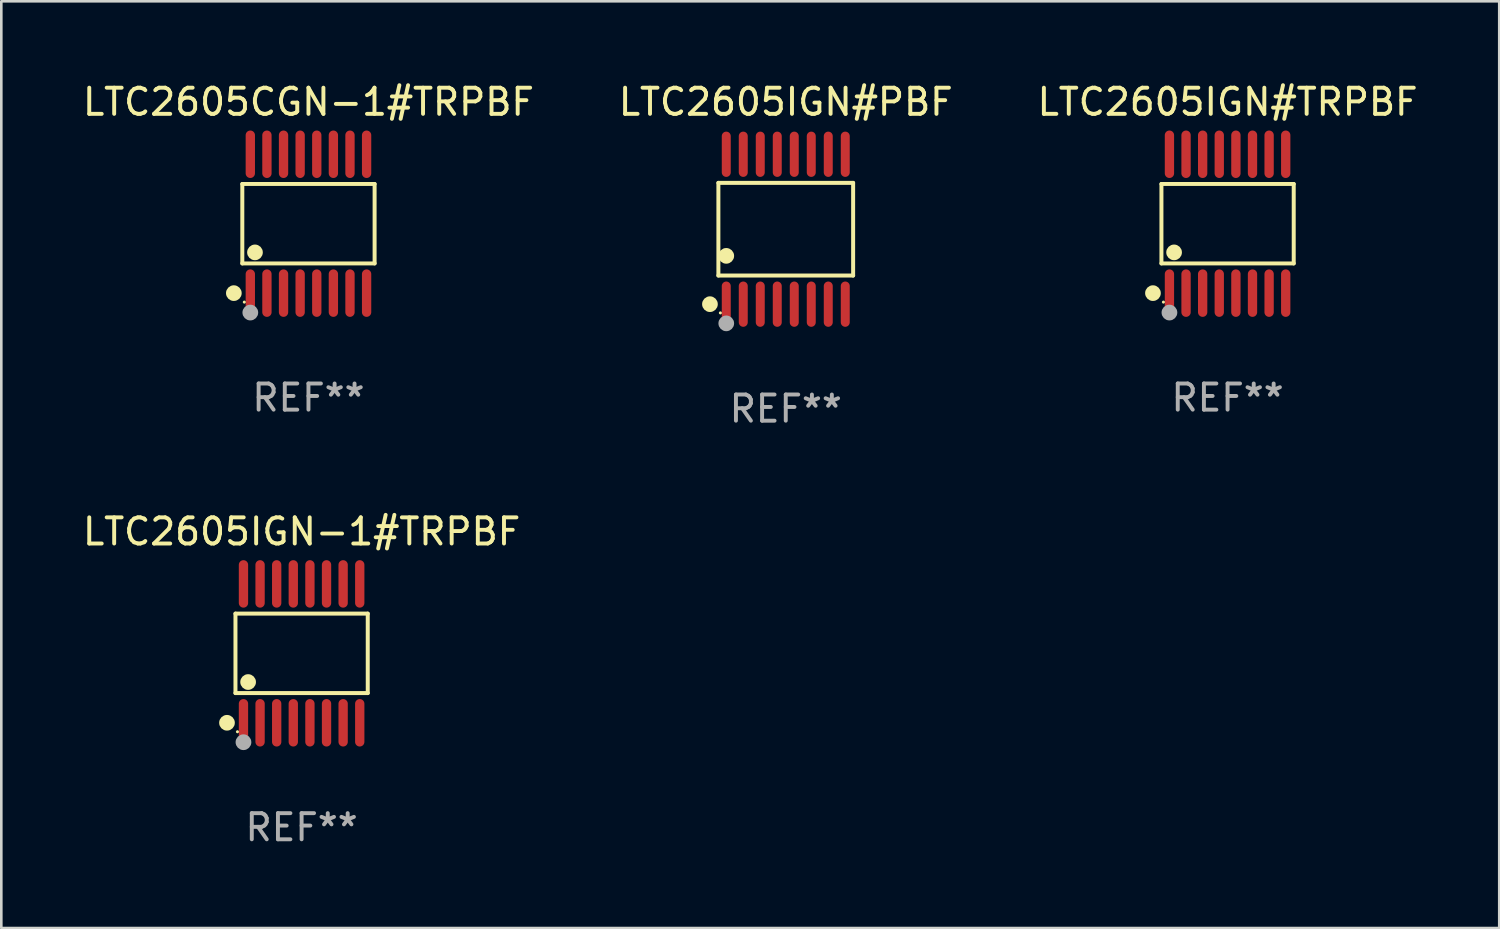
<source format=kicad_pcb>
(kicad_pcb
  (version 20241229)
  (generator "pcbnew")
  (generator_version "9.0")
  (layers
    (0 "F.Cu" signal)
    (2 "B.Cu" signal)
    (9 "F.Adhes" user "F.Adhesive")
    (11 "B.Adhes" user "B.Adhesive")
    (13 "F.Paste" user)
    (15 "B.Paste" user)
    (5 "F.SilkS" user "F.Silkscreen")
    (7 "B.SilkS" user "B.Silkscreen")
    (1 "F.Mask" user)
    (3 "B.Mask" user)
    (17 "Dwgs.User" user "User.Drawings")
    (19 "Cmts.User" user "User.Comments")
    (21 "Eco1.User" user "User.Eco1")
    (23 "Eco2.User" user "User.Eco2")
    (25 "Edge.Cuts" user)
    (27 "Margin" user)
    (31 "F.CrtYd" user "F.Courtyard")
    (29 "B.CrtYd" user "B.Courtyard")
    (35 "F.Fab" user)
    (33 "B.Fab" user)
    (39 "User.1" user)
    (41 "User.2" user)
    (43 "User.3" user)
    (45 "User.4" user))
  (footprint "LTC2605IGN-1#TRPBF"
    (layer "F.Cu")
    (at 8.482 21.931)
    (property "Reference" "LTC2605IGN-1#TRPBF" (at 0 -4.655 0) (layer "F.SilkS") (effects (font (size 1 1) (thickness 0.15))))
    (attr through_hole)
    (fp_line (start -2.529 -1.519) (end 2.529 -1.519) (stroke (width 0.152) (type solid)) (layer "F.SilkS"))
    (fp_line (start -2.529 1.519) (end -2.529 -1.519) (stroke (width 0.152) (type solid)) (layer "F.SilkS"))
    (fp_line (start 2.529 -1.519) (end 2.529 1.519) (stroke (width 0.152) (type solid)) (layer "F.SilkS"))
    (fp_line (start 2.529 1.519) (end -2.529 1.519) (stroke (width 0.152) (type solid)) (layer "F.SilkS"))
    (fp_circle (center -2.853 2.655) (end -2.703 2.655) (stroke (width 0.3) (type solid)) (fill no) (layer "F.SilkS"))
    (fp_circle (center -2.453 2.998) (end -2.423 2.998) (stroke (width 0.06) (type solid)) (fill no) (layer "F.SilkS"))
    (fp_circle (center -2.045 1.097) (end -1.895 1.097) (stroke (width 0.3) (type solid)) (fill no) (layer "F.SilkS"))
    (fp_circle (center -2.223 3.398) (end -2.072 3.398) (stroke (width 0.3) (type solid)) (fill no) (layer "F.Fab"))
    (fp_text user "REF**" (at 0 6.655 0) (layer "F.Fab") (effects (font (size 1 1) (thickness 0.15))))
    (pad "1" smd oval (at -2.223 2.655) (size 0.356 1.815) (layers "F.Cu" "F.Mask" "F.Paste"))
    (pad "2" smd oval (at -1.588 2.655) (size 0.356 1.815) (layers "F.Cu" "F.Mask" "F.Paste"))
    (pad "3" smd oval (at -0.953 2.655) (size 0.356 1.815) (layers "F.Cu" "F.Mask" "F.Paste"))
    (pad "4" smd oval (at -0.318 2.655) (size 0.356 1.815) (layers "F.Cu" "F.Mask" "F.Paste"))
    (pad "5" smd oval (at 0.318 2.655) (size 0.356 1.815) (layers "F.Cu" "F.Mask" "F.Paste"))
    (pad "6" smd oval (at 0.953 2.655) (size 0.356 1.815) (layers "F.Cu" "F.Mask" "F.Paste"))
    (pad "7" smd oval (at 1.588 2.655) (size 0.356 1.815) (layers "F.Cu" "F.Mask" "F.Paste"))
    (pad "8" smd oval (at 2.223 2.655) (size 0.356 1.815) (layers "F.Cu" "F.Mask" "F.Paste"))
    (pad "9" smd oval (at 2.223 -2.655) (size 0.356 1.815) (layers "F.Cu" "F.Mask" "F.Paste"))
    (pad "10" smd oval (at 1.588 -2.655) (size 0.356 1.815) (layers "F.Cu" "F.Mask" "F.Paste"))
    (pad "11" smd oval (at 0.953 -2.655) (size 0.356 1.815) (layers "F.Cu" "F.Mask" "F.Paste"))
    (pad "12" smd oval (at 0.318 -2.655) (size 0.356 1.815) (layers "F.Cu" "F.Mask" "F.Paste"))
    (pad "13" smd oval (at -0.318 -2.655) (size 0.356 1.815) (layers "F.Cu" "F.Mask" "F.Paste"))
    (pad "14" smd oval (at -0.953 -2.655) (size 0.356 1.815) (layers "F.Cu" "F.Mask" "F.Paste"))
    (pad "15" smd oval (at -1.588 -2.655) (size 0.356 1.815) (layers "F.Cu" "F.Mask" "F.Paste"))
    (pad "16" smd oval (at -2.223 -2.655) (size 0.356 1.815) (layers "F.Cu" "F.Mask" "F.Paste")))
  (footprint "LTC2605IGN#TRPBF"
    (layer "F.Cu")
    (at 43.887 5.503)
    (property "Reference" "LTC2605IGN#TRPBF" (at 0 -4.655 0) (layer "F.SilkS") (effects (font (size 1 1) (thickness 0.15))))
    (attr through_hole)
    (fp_line (start -2.529 -1.519) (end 2.529 -1.519) (stroke (width 0.152) (type solid)) (layer "F.SilkS"))
    (fp_line (start -2.529 1.519) (end -2.529 -1.519) (stroke (width 0.152) (type solid)) (layer "F.SilkS"))
    (fp_line (start 2.529 -1.519) (end 2.529 1.519) (stroke (width 0.152) (type solid)) (layer "F.SilkS"))
    (fp_line (start 2.529 1.519) (end -2.529 1.519) (stroke (width 0.152) (type solid)) (layer "F.SilkS"))
    (fp_circle (center -2.853 2.655) (end -2.703 2.655) (stroke (width 0.3) (type solid)) (fill no) (layer "F.SilkS"))
    (fp_circle (center -2.453 2.998) (end -2.423 2.998) (stroke (width 0.06) (type solid)) (fill no) (layer "F.SilkS"))
    (fp_circle (center -2.045 1.097) (end -1.895 1.097) (stroke (width 0.3) (type solid)) (fill no) (layer "F.SilkS"))
    (fp_circle (center -2.223 3.398) (end -2.072 3.398) (stroke (width 0.3) (type solid)) (fill no) (layer "F.Fab"))
    (fp_text user "REF**" (at 0 6.655 0) (layer "F.Fab") (effects (font (size 1 1) (thickness 0.15))))
    (pad "1" smd oval (at -2.223 2.655) (size 0.356 1.815) (layers "F.Cu" "F.Mask" "F.Paste"))
    (pad "2" smd oval (at -1.588 2.655) (size 0.356 1.815) (layers "F.Cu" "F.Mask" "F.Paste"))
    (pad "3" smd oval (at -0.953 2.655) (size 0.356 1.815) (layers "F.Cu" "F.Mask" "F.Paste"))
    (pad "4" smd oval (at -0.318 2.655) (size 0.356 1.815) (layers "F.Cu" "F.Mask" "F.Paste"))
    (pad "5" smd oval (at 0.318 2.655) (size 0.356 1.815) (layers "F.Cu" "F.Mask" "F.Paste"))
    (pad "6" smd oval (at 0.953 2.655) (size 0.356 1.815) (layers "F.Cu" "F.Mask" "F.Paste"))
    (pad "7" smd oval (at 1.588 2.655) (size 0.356 1.815) (layers "F.Cu" "F.Mask" "F.Paste"))
    (pad "8" smd oval (at 2.223 2.655) (size 0.356 1.815) (layers "F.Cu" "F.Mask" "F.Paste"))
    (pad "9" smd oval (at 2.223 -2.655) (size 0.356 1.815) (layers "F.Cu" "F.Mask" "F.Paste"))
    (pad "10" smd oval (at 1.588 -2.655) (size 0.356 1.815) (layers "F.Cu" "F.Mask" "F.Paste"))
    (pad "11" smd oval (at 0.953 -2.655) (size 0.356 1.815) (layers "F.Cu" "F.Mask" "F.Paste"))
    (pad "12" smd oval (at 0.318 -2.655) (size 0.356 1.815) (layers "F.Cu" "F.Mask" "F.Paste"))
    (pad "13" smd oval (at -0.318 -2.655) (size 0.356 1.815) (layers "F.Cu" "F.Mask" "F.Paste"))
    (pad "14" smd oval (at -0.953 -2.655) (size 0.356 1.815) (layers "F.Cu" "F.Mask" "F.Paste"))
    (pad "15" smd oval (at -1.588 -2.655) (size 0.356 1.815) (layers "F.Cu" "F.Mask" "F.Paste"))
    (pad "16" smd oval (at -2.223 -2.655) (size 0.356 1.815) (layers "F.Cu" "F.Mask" "F.Paste")))
  (footprint "LTC2605IGN#PBF"
    (layer "F.Cu")
    (at 26.994 5.714)
    (property "Reference" "LTC2605IGN#PBF" (at 0 -4.866 0) (layer "F.SilkS") (effects (font (size 1 1) (thickness 0.15))))
    (attr through_hole)
    (fp_line (start -2.576 -1.772) (end 2.576 -1.772) (stroke (width 0.152) (type solid)) (layer "F.SilkS"))
    (fp_line (start -2.576 1.771) (end -2.576 -1.772) (stroke (width 0.152) (type solid)) (layer "F.SilkS"))
    (fp_line (start 2.576 -1.772) (end 2.576 1.771) (stroke (width 0.152) (type solid)) (layer "F.SilkS"))
    (fp_line (start 2.576 1.771) (end -2.576 1.771) (stroke (width 0.152) (type solid)) (layer "F.SilkS"))
    (fp_circle (center -2.899 2.866) (end -2.749 2.866) (stroke (width 0.3) (type solid)) (fill no) (layer "F.SilkS"))
    (fp_circle (center -2.5 3.2) (end -2.47 3.2) (stroke (width 0.06) (type solid)) (fill no) (layer "F.SilkS"))
    (fp_circle (center -2.275 1.019) (end -2.125 1.019) (stroke (width 0.3) (type solid)) (fill no) (layer "F.SilkS"))
    (fp_circle (center -2.275 3.6) (end -2.125 3.6) (stroke (width 0.3) (type solid)) (fill no) (layer "F.Fab"))
    (fp_text user "REF**" (at 0 6.866 0) (layer "F.Fab") (effects (font (size 1 1) (thickness 0.15))))
    (pad "1" smd oval (at -2.275 2.866) (size 0.343 1.731) (layers "F.Cu" "F.Mask" "F.Paste"))
    (pad "2" smd oval (at -1.625 2.866) (size 0.343 1.731) (layers "F.Cu" "F.Mask" "F.Paste"))
    (pad "3" smd oval (at -0.975 2.866) (size 0.343 1.731) (layers "F.Cu" "F.Mask" "F.Paste"))
    (pad "4" smd oval (at -0.325 2.866) (size 0.343 1.731) (layers "F.Cu" "F.Mask" "F.Paste"))
    (pad "5" smd oval (at 0.325 2.866) (size 0.343 1.731) (layers "F.Cu" "F.Mask" "F.Paste"))
    (pad "6" smd oval (at 0.975 2.866) (size 0.343 1.731) (layers "F.Cu" "F.Mask" "F.Paste"))
    (pad "7" smd oval (at 1.625 2.866) (size 0.343 1.731) (layers "F.Cu" "F.Mask" "F.Paste"))
    (pad "8" smd oval (at 2.275 2.866) (size 0.343 1.731) (layers "F.Cu" "F.Mask" "F.Paste"))
    (pad "9" smd oval (at 2.275 -2.866) (size 0.343 1.731) (layers "F.Cu" "F.Mask" "F.Paste"))
    (pad "10" smd oval (at 1.625 -2.866) (size 0.343 1.731) (layers "F.Cu" "F.Mask" "F.Paste"))
    (pad "11" smd oval (at 0.975 -2.866) (size 0.343 1.731) (layers "F.Cu" "F.Mask" "F.Paste"))
    (pad "12" smd oval (at 0.325 -2.866) (size 0.343 1.731) (layers "F.Cu" "F.Mask" "F.Paste"))
    (pad "13" smd oval (at -0.325 -2.866) (size 0.343 1.731) (layers "F.Cu" "F.Mask" "F.Paste"))
    (pad "14" smd oval (at -0.975 -2.866) (size 0.343 1.731) (layers "F.Cu" "F.Mask" "F.Paste"))
    (pad "15" smd oval (at -1.625 -2.866) (size 0.343 1.731) (layers "F.Cu" "F.Mask" "F.Paste"))
    (pad "16" smd oval (at -2.275 -2.866) (size 0.343 1.731) (layers "F.Cu" "F.Mask" "F.Paste")))
  (footprint "LTC2605CGN-1#TRPBF"
    (layer "F.Cu")
    (at 8.744 5.503)
    (property "Reference" "LTC2605CGN-1#TRPBF" (at 0 -4.655 0) (layer "F.SilkS") (effects (font (size 1 1) (thickness 0.15))))
    (attr through_hole)
    (fp_line (start -2.529 -1.519) (end 2.529 -1.519) (stroke (width 0.152) (type solid)) (layer "F.SilkS"))
    (fp_line (start -2.529 1.519) (end -2.529 -1.519) (stroke (width 0.152) (type solid)) (layer "F.SilkS"))
    (fp_line (start 2.529 -1.519) (end 2.529 1.519) (stroke (width 0.152) (type solid)) (layer "F.SilkS"))
    (fp_line (start 2.529 1.519) (end -2.529 1.519) (stroke (width 0.152) (type solid)) (layer "F.SilkS"))
    (fp_circle (center -2.853 2.655) (end -2.703 2.655) (stroke (width 0.3) (type solid)) (fill no) (layer "F.SilkS"))
    (fp_circle (center -2.453 2.998) (end -2.423 2.998) (stroke (width 0.06) (type solid)) (fill no) (layer "F.SilkS"))
    (fp_circle (center -2.045 1.097) (end -1.895 1.097) (stroke (width 0.3) (type solid)) (fill no) (layer "F.SilkS"))
    (fp_circle (center -2.223 3.398) (end -2.072 3.398) (stroke (width 0.3) (type solid)) (fill no) (layer "F.Fab"))
    (fp_text user "REF**" (at 0 6.655 0) (layer "F.Fab") (effects (font (size 1 1) (thickness 0.15))))
    (pad "1" smd oval (at -2.223 2.655) (size 0.356 1.815) (layers "F.Cu" "F.Mask" "F.Paste"))
    (pad "2" smd oval (at -1.588 2.655) (size 0.356 1.815) (layers "F.Cu" "F.Mask" "F.Paste"))
    (pad "3" smd oval (at -0.953 2.655) (size 0.356 1.815) (layers "F.Cu" "F.Mask" "F.Paste"))
    (pad "4" smd oval (at -0.318 2.655) (size 0.356 1.815) (layers "F.Cu" "F.Mask" "F.Paste"))
    (pad "5" smd oval (at 0.318 2.655) (size 0.356 1.815) (layers "F.Cu" "F.Mask" "F.Paste"))
    (pad "6" smd oval (at 0.953 2.655) (size 0.356 1.815) (layers "F.Cu" "F.Mask" "F.Paste"))
    (pad "7" smd oval (at 1.588 2.655) (size 0.356 1.815) (layers "F.Cu" "F.Mask" "F.Paste"))
    (pad "8" smd oval (at 2.223 2.655) (size 0.356 1.815) (layers "F.Cu" "F.Mask" "F.Paste"))
    (pad "9" smd oval (at 2.223 -2.655) (size 0.356 1.815) (layers "F.Cu" "F.Mask" "F.Paste"))
    (pad "10" smd oval (at 1.588 -2.655) (size 0.356 1.815) (layers "F.Cu" "F.Mask" "F.Paste"))
    (pad "11" smd oval (at 0.953 -2.655) (size 0.356 1.815) (layers "F.Cu" "F.Mask" "F.Paste"))
    (pad "12" smd oval (at 0.318 -2.655) (size 0.356 1.815) (layers "F.Cu" "F.Mask" "F.Paste"))
    (pad "13" smd oval (at -0.318 -2.655) (size 0.356 1.815) (layers "F.Cu" "F.Mask" "F.Paste"))
    (pad "14" smd oval (at -0.953 -2.655) (size 0.356 1.815) (layers "F.Cu" "F.Mask" "F.Paste"))
    (pad "15" smd oval (at -1.588 -2.655) (size 0.356 1.815) (layers "F.Cu" "F.Mask" "F.Paste"))
    (pad "16" smd oval (at -2.223 -2.655) (size 0.356 1.815) (layers "F.Cu" "F.Mask" "F.Paste")))
  (gr_rect
    (start -3 -3)
    (end 54.274 32.434)
    (stroke (width 0.1) (type default))
    (fill no)
    (layer "Edge.Cuts")))
</source>
